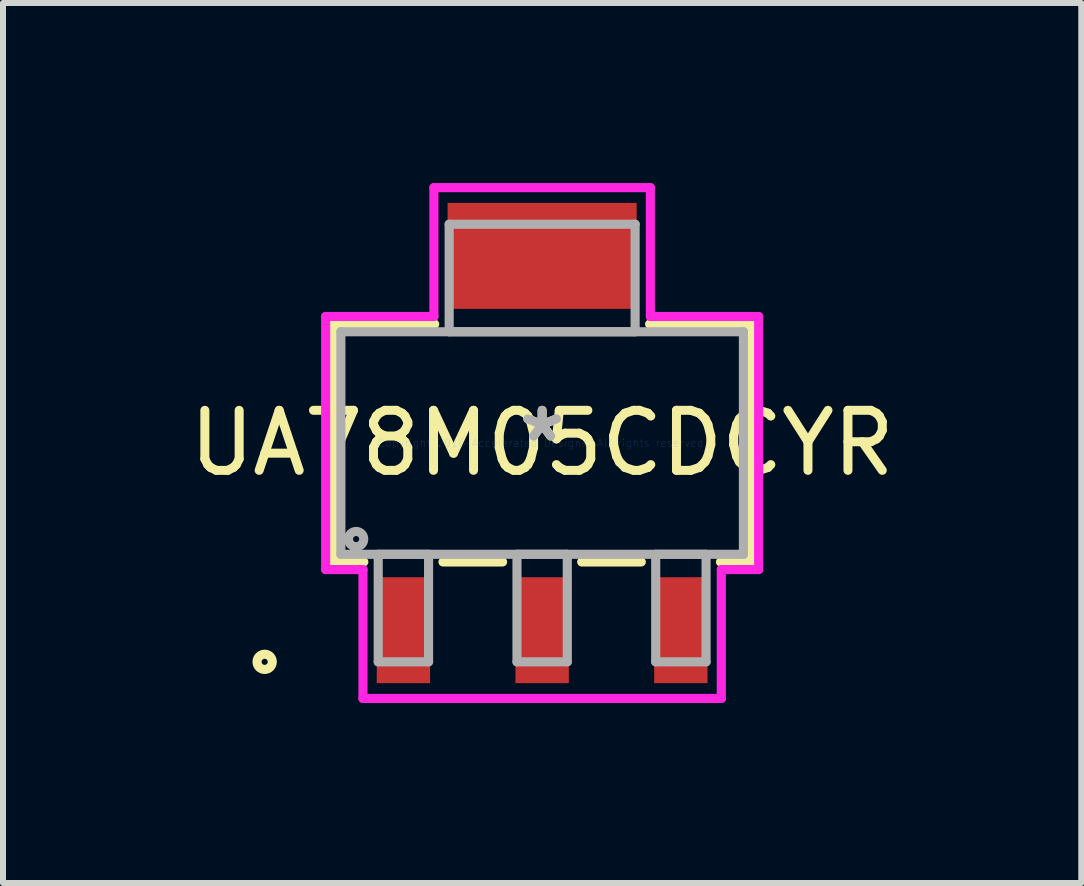
<source format=kicad_pcb>
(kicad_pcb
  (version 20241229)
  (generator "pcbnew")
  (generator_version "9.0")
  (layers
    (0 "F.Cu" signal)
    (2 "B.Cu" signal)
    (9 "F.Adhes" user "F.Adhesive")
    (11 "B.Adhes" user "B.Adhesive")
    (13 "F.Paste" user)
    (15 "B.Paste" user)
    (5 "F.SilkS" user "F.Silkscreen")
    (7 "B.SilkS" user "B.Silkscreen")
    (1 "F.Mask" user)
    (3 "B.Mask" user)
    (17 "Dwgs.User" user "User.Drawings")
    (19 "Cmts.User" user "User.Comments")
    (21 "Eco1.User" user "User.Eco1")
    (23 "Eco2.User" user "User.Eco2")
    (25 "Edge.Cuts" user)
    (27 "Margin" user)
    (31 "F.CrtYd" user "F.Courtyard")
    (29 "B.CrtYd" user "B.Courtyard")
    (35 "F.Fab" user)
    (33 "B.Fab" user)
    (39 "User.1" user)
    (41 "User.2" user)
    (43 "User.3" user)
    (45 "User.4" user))
  (footprint "UA78M05CDCYR"
    (layer "F.Cu")
    (at 5.982 4.331)
    (property "Reference" "UA78M05CDCYR" (at 0 0 0) (layer "F.SilkS") (effects (font (size 1 1) (thickness 0.15))))
    (attr through_hole)
    (fp_line (start -3.48 -1.981) (end -3.48 1.981) (stroke (width 0.152) (type solid)) (layer "F.SilkS"))
    (fp_line (start -3.48 1.981) (end -2.971 1.981) (stroke (width 0.152) (type solid)) (layer "F.SilkS"))
    (fp_line (start -1.79 -1.981) (end -3.48 -1.981) (stroke (width 0.152) (type solid)) (layer "F.SilkS"))
    (fp_line (start -1.652 1.981) (end -0.659 1.981) (stroke (width 0.152) (type solid)) (layer "F.SilkS"))
    (fp_line (start 0.659 1.981) (end 1.652 1.981) (stroke (width 0.152) (type solid)) (layer "F.SilkS"))
    (fp_line (start 2.971 1.981) (end 3.48 1.981) (stroke (width 0.152) (type solid)) (layer "F.SilkS"))
    (fp_line (start 3.48 -1.981) (end 1.79 -1.981) (stroke (width 0.152) (type solid)) (layer "F.SilkS"))
    (fp_line (start 3.48 1.981) (end 3.48 -1.981) (stroke (width 0.152) (type solid)) (layer "F.SilkS"))
    (fp_circle (center -4.623 3.645) (end -4.496 3.645) (stroke (width 0.152) (type solid)) (fill no) (layer "F.SilkS"))
    (fp_line (start -3.607 -2.108) (end -1.803 -2.108) (stroke (width 0.152) (type solid)) (layer "F.CrtYd"))
    (fp_line (start -3.607 2.108) (end -3.607 -2.108) (stroke (width 0.152) (type solid)) (layer "F.CrtYd"))
    (fp_line (start -2.985 2.108) (end -3.607 2.108) (stroke (width 0.152) (type solid)) (layer "F.CrtYd"))
    (fp_line (start -2.985 4.255) (end -2.985 2.108) (stroke (width 0.152) (type solid)) (layer "F.CrtYd"))
    (fp_line (start -1.803 -4.255) (end 1.803 -4.255) (stroke (width 0.152) (type solid)) (layer "F.CrtYd"))
    (fp_line (start -1.803 -2.108) (end -1.803 -4.255) (stroke (width 0.152) (type solid)) (layer "F.CrtYd"))
    (fp_line (start 1.803 -4.255) (end 1.803 -2.108) (stroke (width 0.152) (type solid)) (layer "F.CrtYd"))
    (fp_line (start 1.803 -2.108) (end 3.607 -2.108) (stroke (width 0.152) (type solid)) (layer "F.CrtYd"))
    (fp_line (start 2.985 2.108) (end 2.985 4.255) (stroke (width 0.152) (type solid)) (layer "F.CrtYd"))
    (fp_line (start 2.985 4.255) (end -2.985 4.255) (stroke (width 0.152) (type solid)) (layer "F.CrtYd"))
    (fp_line (start 3.607 -2.108) (end 3.607 2.108) (stroke (width 0.152) (type solid)) (layer "F.CrtYd"))
    (fp_line (start 3.607 2.108) (end 2.985 2.108) (stroke (width 0.152) (type solid)) (layer "F.CrtYd"))
    (fp_line (start -3.353 -1.854) (end -3.353 1.854) (stroke (width 0.152) (type solid)) (layer "F.Fab"))
    (fp_line (start -3.353 1.854) (end 3.353 1.854) (stroke (width 0.152) (type solid)) (layer "F.Fab"))
    (fp_line (start -2.731 1.854) (end -2.731 3.645) (stroke (width 0.152) (type solid)) (layer "F.Fab"))
    (fp_line (start -2.731 3.645) (end -1.892 3.645) (stroke (width 0.152) (type solid)) (layer "F.Fab"))
    (fp_line (start -1.892 1.854) (end -2.731 1.854) (stroke (width 0.152) (type solid)) (layer "F.Fab"))
    (fp_line (start -1.892 3.645) (end -1.892 1.854) (stroke (width 0.152) (type solid)) (layer "F.Fab"))
    (fp_line (start -1.549 -3.645) (end -1.549 -1.854) (stroke (width 0.152) (type solid)) (layer "F.Fab"))
    (fp_line (start -1.549 -1.854) (end 1.549 -1.854) (stroke (width 0.152) (type solid)) (layer "F.Fab"))
    (fp_line (start -0.419 1.854) (end -0.419 3.645) (stroke (width 0.152) (type solid)) (layer "F.Fab"))
    (fp_line (start -0.419 3.645) (end 0.419 3.645) (stroke (width 0.152) (type solid)) (layer "F.Fab"))
    (fp_line (start 0.419 1.854) (end -0.419 1.854) (stroke (width 0.152) (type solid)) (layer "F.Fab"))
    (fp_line (start 0.419 3.645) (end 0.419 1.854) (stroke (width 0.152) (type solid)) (layer "F.Fab"))
    (fp_line (start 1.549 -3.645) (end -1.549 -3.645) (stroke (width 0.152) (type solid)) (layer "F.Fab"))
    (fp_line (start 1.549 -1.854) (end 1.549 -3.645) (stroke (width 0.152) (type solid)) (layer "F.Fab"))
    (fp_line (start 1.892 1.854) (end 1.892 3.645) (stroke (width 0.152) (type solid)) (layer "F.Fab"))
    (fp_line (start 1.892 3.645) (end 2.731 3.645) (stroke (width 0.152) (type solid)) (layer "F.Fab"))
    (fp_line (start 2.731 1.854) (end 1.892 1.854) (stroke (width 0.152) (type solid)) (layer "F.Fab"))
    (fp_line (start 2.731 3.645) (end 2.731 1.854) (stroke (width 0.152) (type solid)) (layer "F.Fab"))
    (fp_line (start 3.353 -1.854) (end -3.353 -1.854) (stroke (width 0.152) (type solid)) (layer "F.Fab"))
    (fp_line (start 3.353 1.854) (end 3.353 -1.854) (stroke (width 0.152) (type solid)) (layer "F.Fab"))
    (fp_circle (center -3.099 1.6) (end -2.972 1.6) (stroke (width 0.152) (type solid)) (fill no) (layer "F.Fab"))
    (fp_text user "*" (at 0 0 0) (layer "F.SilkS") (effects (font (size 1 1) (thickness 0.15))))
    (fp_text user "Copyright 2016 Accelerated Designs. All rights reserved." (at 0 0 0) (layer "Cmts.User") (effects (font (size 0.127 0.127) (thickness 0.002))))
    (fp_text user "*" (at 0 0 0) (layer "F.Fab") (effects (font (size 1 1) (thickness 0.15))))
    (pad "1" smd rect (at -2.311 3.118) (size 0.889 1.765) (layers "F.Cu" "F.Mask" "F.Paste"))
    (pad "2" smd rect (at 0 3.118) (size 0.889 1.765) (layers "F.Cu" "F.Mask" "F.Paste"))
    (pad "3" smd rect (at 2.311 3.118) (size 0.889 1.765) (layers "F.Cu" "F.Mask" "F.Paste"))
    (pad "4" smd rect (at 0 -3.118) (size 3.15 1.765) (layers "F.Cu" "F.Mask" "F.Paste")))
  (gr_rect
    (start -3 -3)
    (end 14.964 11.661)
    (stroke (width 0.1) (type default))
    (fill no)
    (layer "Edge.Cuts")))
</source>
